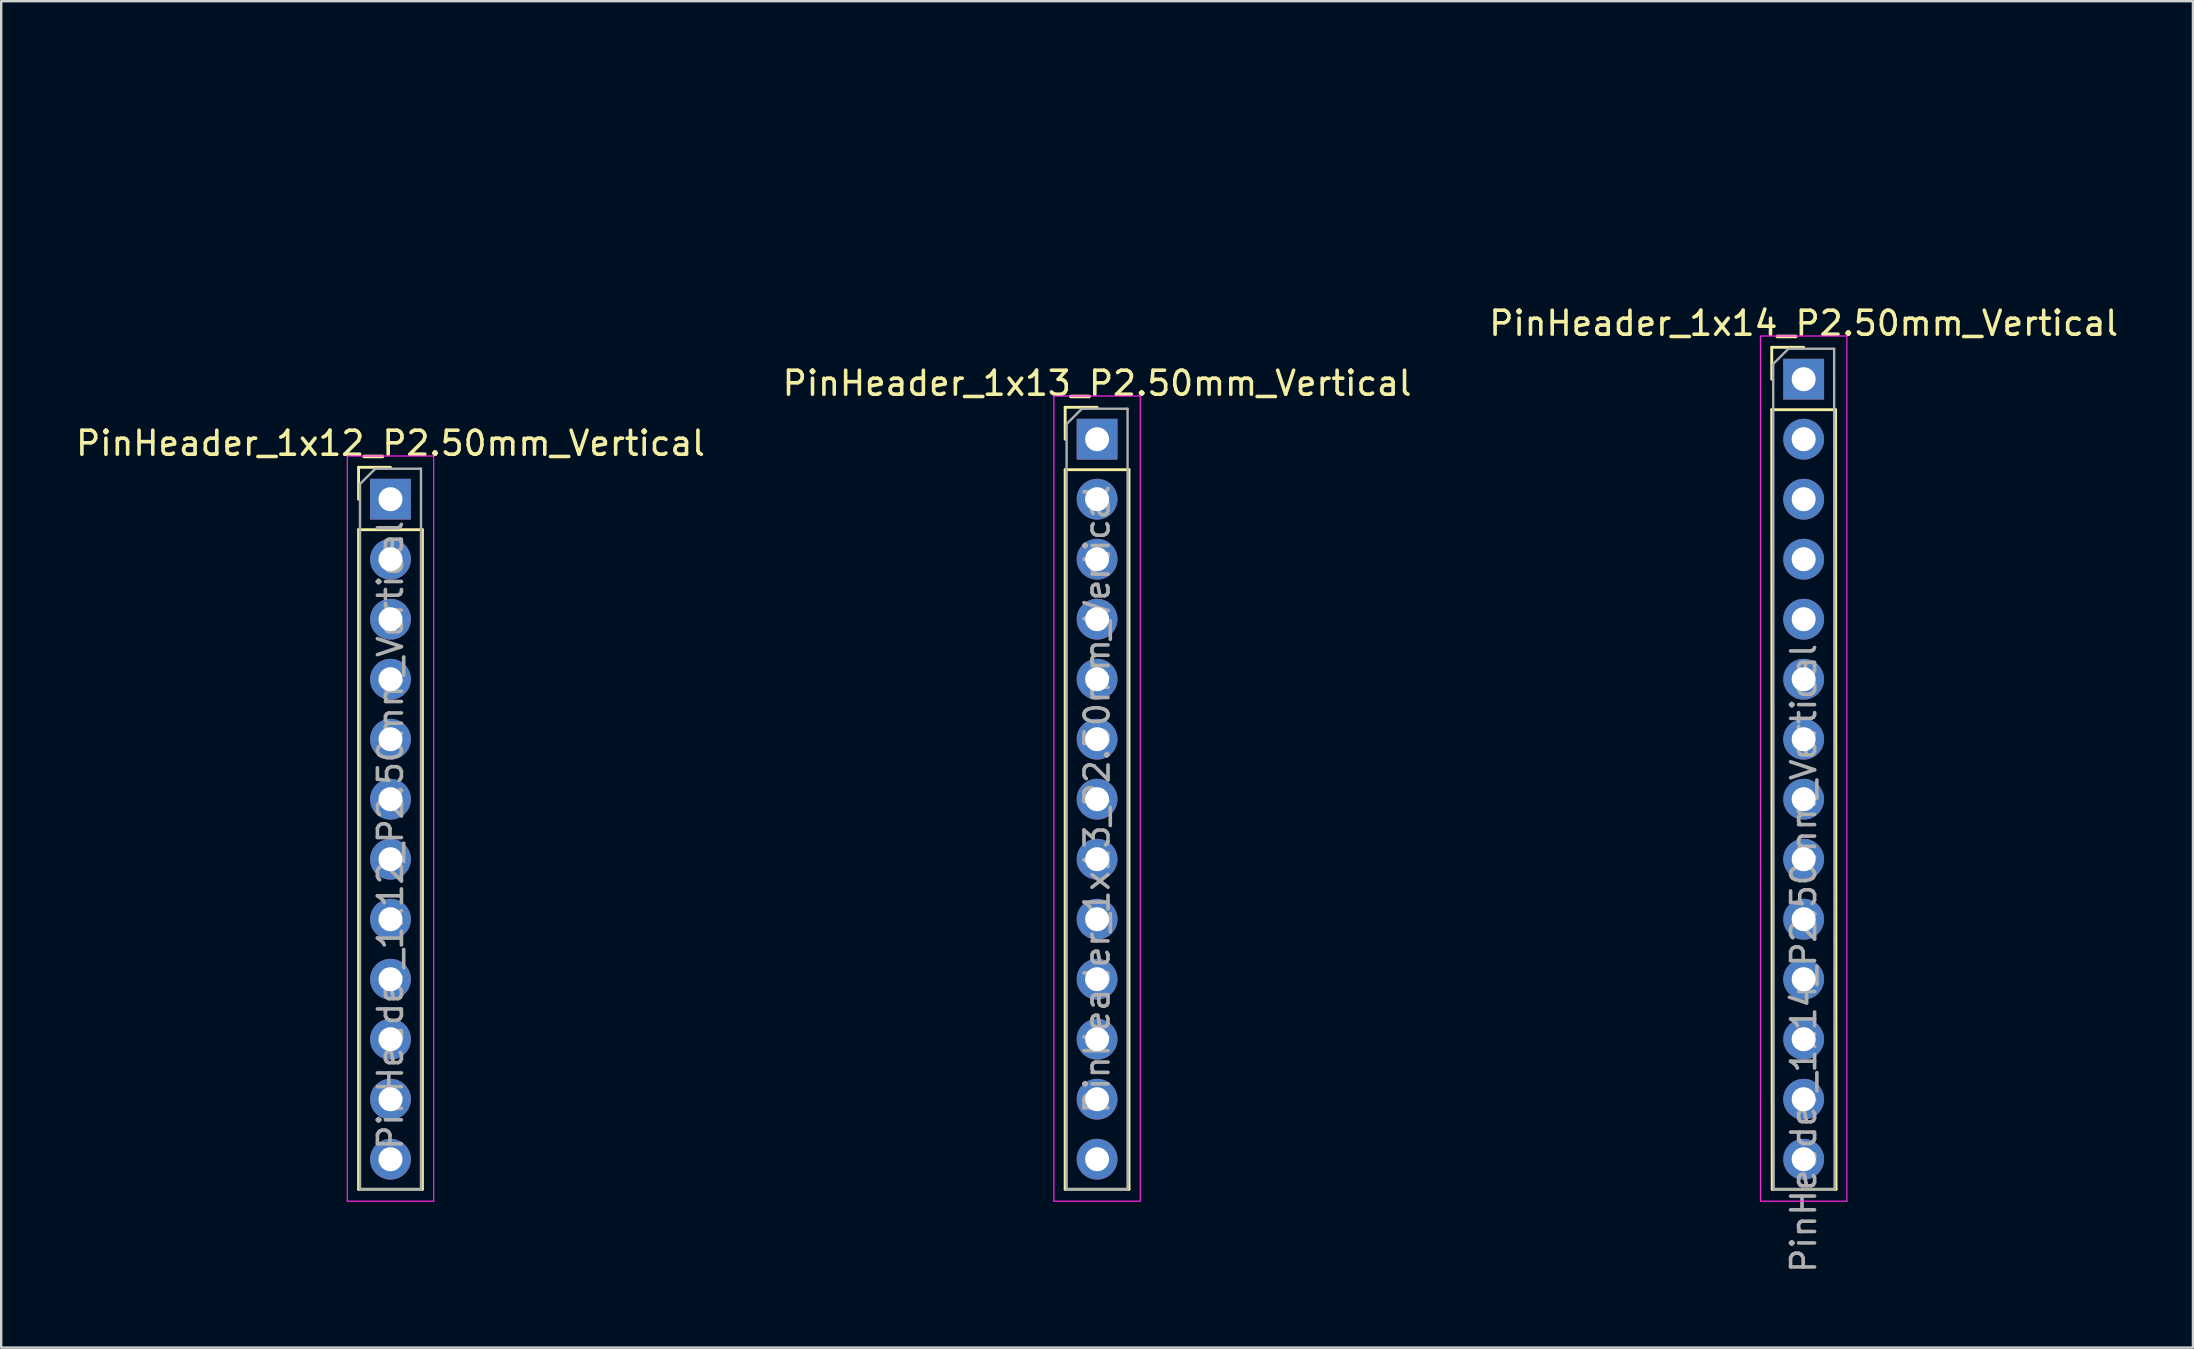
<source format=kicad_pcb>
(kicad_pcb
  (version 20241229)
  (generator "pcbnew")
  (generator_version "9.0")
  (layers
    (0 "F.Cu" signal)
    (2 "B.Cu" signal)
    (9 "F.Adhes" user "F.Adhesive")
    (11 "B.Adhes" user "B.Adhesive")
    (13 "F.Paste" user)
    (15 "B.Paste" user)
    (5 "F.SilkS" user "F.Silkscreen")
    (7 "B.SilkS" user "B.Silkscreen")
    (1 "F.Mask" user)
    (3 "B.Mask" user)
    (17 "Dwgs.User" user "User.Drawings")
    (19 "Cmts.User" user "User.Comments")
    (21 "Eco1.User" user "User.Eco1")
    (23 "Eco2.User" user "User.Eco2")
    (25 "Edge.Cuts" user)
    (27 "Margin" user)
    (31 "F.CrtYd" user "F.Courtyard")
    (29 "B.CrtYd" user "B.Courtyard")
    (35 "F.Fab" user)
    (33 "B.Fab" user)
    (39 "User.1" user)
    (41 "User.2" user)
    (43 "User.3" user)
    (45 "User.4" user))
  (footprint "PinHeader_1x12_P2.50mm_Vertical"
    (layer "F.Cu")
    (at 13.22 0.25)
    (property "Reference" "PinHeader_1x12_P2.50mm_Vertical" (at 0 15.17 0) (layer "F.SilkS") (effects (font (size 1 1) (thickness 0.15))))
    (attr through_hole)
    (fp_line (start -1.33 16.17) (end 0 16.17) (stroke (width 0.12) (type solid)) (layer "F.SilkS"))
    (fp_line (start -1.33 17.5) (end -1.33 16.17) (stroke (width 0.12) (type solid)) (layer "F.SilkS"))
    (fp_line (start -1.33 18.77) (end -1.33 46.25) (stroke (width 0.12) (type solid)) (layer "F.SilkS"))
    (fp_line (start -1.33 18.77) (end 1.33 18.77) (stroke (width 0.12) (type solid)) (layer "F.SilkS"))
    (fp_line (start -1.33 46.25) (end 1.33 46.25) (stroke (width 0.12) (type solid)) (layer "F.SilkS"))
    (fp_line (start 1.33 18.77) (end 1.33 46.25) (stroke (width 0.12) (type solid)) (layer "F.SilkS"))
    (fp_line (start -1.8 15.7) (end -1.8 46.75) (stroke (width 0.05) (type solid)) (layer "F.CrtYd"))
    (fp_line (start -1.8 46.75) (end 1.8 46.75) (stroke (width 0.05) (type solid)) (layer "F.CrtYd"))
    (fp_line (start 1.8 15.7) (end -1.8 15.7) (stroke (width 0.05) (type solid)) (layer "F.CrtYd"))
    (fp_line (start 1.8 46.75) (end 1.8 15.7) (stroke (width 0.05) (type solid)) (layer "F.CrtYd"))
    (fp_line (start -1.27 16.865) (end -0.635 16.23) (stroke (width 0.1) (type solid)) (layer "F.Fab"))
    (fp_line (start -1.27 46.25) (end -1.27 16.865) (stroke (width 0.1) (type solid)) (layer "F.Fab"))
    (fp_line (start -0.635 16.23) (end 1.27 16.23) (stroke (width 0.1) (type solid)) (layer "F.Fab"))
    (fp_line (start 1.27 16.23) (end 1.27 46.25) (stroke (width 0.1) (type solid)) (layer "F.Fab"))
    (fp_line (start 1.27 46.25) (end -1.27 46.25) (stroke (width 0.1) (type solid)) (layer "F.Fab"))
    (fp_text user "${REFERENCE}" (at 0 31.5 90) (layer "F.Fab") (effects (font (size 1 1) (thickness 0.15))))
    (pad "1" thru_hole rect (at 0 17.5) (size 1.7 1.7) (drill 1) (layers "*.Cu" "*.Mask"))
    (pad "2" thru_hole oval (at 0 20) (size 1.7 1.7) (drill 1) (layers "*.Cu" "*.Mask"))
    (pad "3" thru_hole oval (at 0 22.5) (size 1.7 1.7) (drill 1) (layers "*.Cu" "*.Mask"))
    (pad "4" thru_hole oval (at 0 25) (size 1.7 1.7) (drill 1) (layers "*.Cu" "*.Mask"))
    (pad "5" thru_hole oval (at 0 27.5) (size 1.7 1.7) (drill 1) (layers "*.Cu" "*.Mask"))
    (pad "6" thru_hole oval (at 0 30) (size 1.7 1.7) (drill 1) (layers "*.Cu" "*.Mask"))
    (pad "7" thru_hole oval (at 0 32.5) (size 1.7 1.7) (drill 1) (layers "*.Cu" "*.Mask"))
    (pad "8" thru_hole oval (at 0 35) (size 1.7 1.7) (drill 1) (layers "*.Cu" "*.Mask"))
    (pad "9" thru_hole oval (at 0 37.5) (size 1.7 1.7) (drill 1) (layers "*.Cu" "*.Mask"))
    (pad "10" thru_hole oval (at 0 40) (size 1.7 1.7) (drill 1) (layers "*.Cu" "*.Mask"))
    (pad "11" thru_hole oval (at 0 42.5) (size 1.7 1.7) (drill 1) (layers "*.Cu" "*.Mask"))
    (pad "12" thru_hole oval (at 0 45) (size 1.7 1.7) (drill 1) (layers "*.Cu" "*.Mask")))
  (footprint "PinHeader_1x13_P2.50mm_Vertical"
    (layer "F.Cu")
    (at 42.661 0.25)
    (property "Reference" "PinHeader_1x13_P2.50mm_Vertical" (at 0 12.67 0) (layer "F.SilkS") (effects (font (size 1 1) (thickness 0.15))))
    (attr through_hole)
    (fp_line (start -1.33 13.67) (end 0 13.67) (stroke (width 0.12) (type solid)) (layer "F.SilkS"))
    (fp_line (start -1.33 15) (end -1.33 13.67) (stroke (width 0.12) (type solid)) (layer "F.SilkS"))
    (fp_line (start -1.33 16.27) (end -1.33 46.25) (stroke (width 0.12) (type solid)) (layer "F.SilkS"))
    (fp_line (start -1.33 16.27) (end 1.33 16.27) (stroke (width 0.12) (type solid)) (layer "F.SilkS"))
    (fp_line (start -1.33 46.25) (end 1.33 46.25) (stroke (width 0.12) (type solid)) (layer "F.SilkS"))
    (fp_line (start 1.33 16.27) (end 1.33 46.25) (stroke (width 0.12) (type solid)) (layer "F.SilkS"))
    (fp_line (start -1.8 13.2) (end -1.8 46.75) (stroke (width 0.05) (type solid)) (layer "F.CrtYd"))
    (fp_line (start -1.8 46.75) (end 1.8 46.75) (stroke (width 0.05) (type solid)) (layer "F.CrtYd"))
    (fp_line (start 1.8 13.2) (end -1.8 13.2) (stroke (width 0.05) (type solid)) (layer "F.CrtYd"))
    (fp_line (start 1.8 46.75) (end 1.8 13.2) (stroke (width 0.05) (type solid)) (layer "F.CrtYd"))
    (fp_line (start -1.27 14.365) (end -0.635 13.73) (stroke (width 0.1) (type solid)) (layer "F.Fab"))
    (fp_line (start -1.27 46.25) (end -1.27 14.365) (stroke (width 0.1) (type solid)) (layer "F.Fab"))
    (fp_line (start -0.635 13.73) (end 1.27 13.73) (stroke (width 0.1) (type solid)) (layer "F.Fab"))
    (fp_line (start 1.27 13.73) (end 1.27 46.25) (stroke (width 0.1) (type solid)) (layer "F.Fab"))
    (fp_line (start 1.27 46.25) (end -1.27 46.25) (stroke (width 0.1) (type solid)) (layer "F.Fab"))
    (fp_text user "${REFERENCE}" (at 0 30 90) (layer "F.Fab") (effects (font (size 1 1) (thickness 0.15))))
    (pad "1" thru_hole rect (at 0 15) (size 1.7 1.7) (drill 1) (layers "*.Cu" "*.Mask"))
    (pad "2" thru_hole oval (at 0 17.5) (size 1.7 1.7) (drill 1) (layers "*.Cu" "*.Mask"))
    (pad "3" thru_hole oval (at 0 20) (size 1.7 1.7) (drill 1) (layers "*.Cu" "*.Mask"))
    (pad "4" thru_hole oval (at 0 22.5) (size 1.7 1.7) (drill 1) (layers "*.Cu" "*.Mask"))
    (pad "5" thru_hole oval (at 0 25) (size 1.7 1.7) (drill 1) (layers "*.Cu" "*.Mask"))
    (pad "6" thru_hole oval (at 0 27.5) (size 1.7 1.7) (drill 1) (layers "*.Cu" "*.Mask"))
    (pad "7" thru_hole oval (at 0 30) (size 1.7 1.7) (drill 1) (layers "*.Cu" "*.Mask"))
    (pad "8" thru_hole oval (at 0 32.5) (size 1.7 1.7) (drill 1) (layers "*.Cu" "*.Mask"))
    (pad "9" thru_hole oval (at 0 35) (size 1.7 1.7) (drill 1) (layers "*.Cu" "*.Mask"))
    (pad "10" thru_hole oval (at 0 37.5) (size 1.7 1.7) (drill 1) (layers "*.Cu" "*.Mask"))
    (pad "11" thru_hole oval (at 0 40) (size 1.7 1.7) (drill 1) (layers "*.Cu" "*.Mask"))
    (pad "12" thru_hole oval (at 0 42.5) (size 1.7 1.7) (drill 1) (layers "*.Cu" "*.Mask"))
    (pad "13" thru_hole oval (at 0 45) (size 1.7 1.7) (drill 1) (layers "*.Cu" "*.Mask")))
  (footprint "PinHeader_1x14_P2.50mm_Vertical"
    (layer "F.Cu")
    (at 72.001 0.25)
    (property "Reference" "PinHeader_1x14_P2.50mm_Vertical" (at 0.1 10.17 0) (layer "F.SilkS") (effects (font (size 1 1) (thickness 0.15))))
    (attr through_hole)
    (fp_line (start -1.23 11.17) (end 0.1 11.17) (stroke (width 0.12) (type solid)) (layer "F.SilkS"))
    (fp_line (start -1.23 12.5) (end -1.23 11.17) (stroke (width 0.12) (type solid)) (layer "F.SilkS"))
    (fp_line (start -1.23 13.77) (end -1.21 46.25) (stroke (width 0.12) (type solid)) (layer "F.SilkS"))
    (fp_line (start -1.23 13.77) (end 1.43 13.77) (stroke (width 0.12) (type solid)) (layer "F.SilkS"))
    (fp_line (start -1.21 46.25) (end 1.45 46.25) (stroke (width 0.12) (type solid)) (layer "F.SilkS"))
    (fp_line (start 1.43 13.77) (end 1.45 46.25) (stroke (width 0.12) (type solid)) (layer "F.SilkS"))
    (fp_line (start -1.7 10.7) (end -1.7 46.75) (stroke (width 0.05) (type solid)) (layer "F.CrtYd"))
    (fp_line (start -1.7 46.75) (end 1.9 46.75) (stroke (width 0.05) (type solid)) (layer "F.CrtYd"))
    (fp_line (start 1.9 10.7) (end -1.7 10.7) (stroke (width 0.05) (type solid)) (layer "F.CrtYd"))
    (fp_line (start 1.9 46.75) (end 1.9 10.7) (stroke (width 0.05) (type solid)) (layer "F.CrtYd"))
    (fp_line (start -1.17 11.865) (end -0.535 11.23) (stroke (width 0.1) (type solid)) (layer "F.Fab"))
    (fp_line (start -1.15 46.25) (end -1.17 11.865) (stroke (width 0.1) (type solid)) (layer "F.Fab"))
    (fp_line (start -0.535 11.23) (end 1.37 11.23) (stroke (width 0.1) (type solid)) (layer "F.Fab"))
    (fp_line (start 1.37 11.23) (end 1.39 46.25) (stroke (width 0.1) (type solid)) (layer "F.Fab"))
    (fp_line (start 1.39 46.25) (end -1.15 46.25) (stroke (width 0.1) (type solid)) (layer "F.Fab"))
    (fp_text user "${REFERENCE}" (at 0.1 36.63 90) (layer "F.Fab") (effects (font (size 1 1) (thickness 0.15))))
    (pad "1" thru_hole rect (at 0.1 12.5) (size 1.7 1.7) (drill 1) (layers "*.Cu" "*.Mask"))
    (pad "2" thru_hole oval (at 0.1 15) (size 1.7 1.7) (drill 1) (layers "*.Cu" "*.Mask"))
    (pad "3" thru_hole oval (at 0.1 17.5) (size 1.7 1.7) (drill 1) (layers "*.Cu" "*.Mask"))
    (pad "4" thru_hole oval (at 0.1 20) (size 1.7 1.7) (drill 1) (layers "*.Cu" "*.Mask"))
    (pad "5" thru_hole oval (at 0.1 22.5) (size 1.7 1.7) (drill 1) (layers "*.Cu" "*.Mask"))
    (pad "6" thru_hole oval (at 0.1 25) (size 1.7 1.7) (drill 1) (layers "*.Cu" "*.Mask"))
    (pad "7" thru_hole oval (at 0.1 27.5) (size 1.7 1.7) (drill 1) (layers "*.Cu" "*.Mask"))
    (pad "8" thru_hole oval (at 0.1 30) (size 1.7 1.7) (drill 1) (layers "*.Cu" "*.Mask"))
    (pad "9" thru_hole oval (at 0.1 32.5) (size 1.7 1.7) (drill 1) (layers "*.Cu" "*.Mask"))
    (pad "10" thru_hole oval (at 0.1 35) (size 1.7 1.7) (drill 1) (layers "*.Cu" "*.Mask"))
    (pad "11" thru_hole oval (at 0.1 37.5) (size 1.7 1.7) (drill 1) (layers "*.Cu" "*.Mask"))
    (pad "12" thru_hole oval (at 0.1 40) (size 1.7 1.7) (drill 1) (layers "*.Cu" "*.Mask"))
    (pad "13" thru_hole oval (at 0.1 42.5) (size 1.7 1.7) (drill 1) (layers "*.Cu" "*.Mask"))
    (pad "14" thru_hole oval (at 0.1 45) (size 1.7 1.7) (drill 1) (layers "*.Cu" "*.Mask")))
  (gr_rect
    (start -3 -3)
    (end 88.321 53.1)
    (stroke (width 0.1) (type default))
    (fill no)
    (layer "Edge.Cuts")))
</source>
